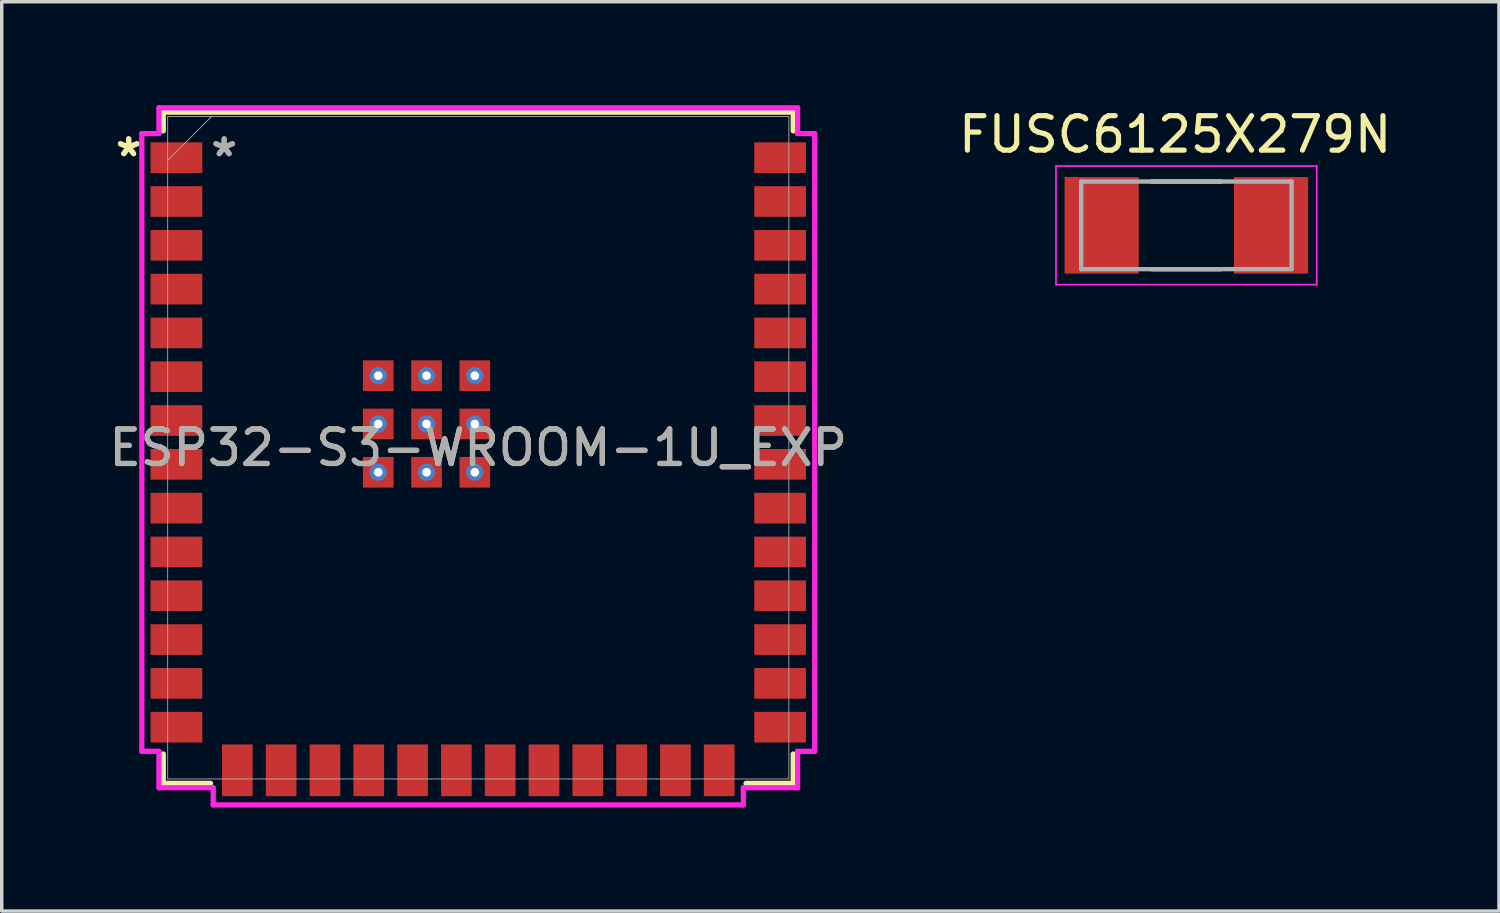
<source format=kicad_pcb>
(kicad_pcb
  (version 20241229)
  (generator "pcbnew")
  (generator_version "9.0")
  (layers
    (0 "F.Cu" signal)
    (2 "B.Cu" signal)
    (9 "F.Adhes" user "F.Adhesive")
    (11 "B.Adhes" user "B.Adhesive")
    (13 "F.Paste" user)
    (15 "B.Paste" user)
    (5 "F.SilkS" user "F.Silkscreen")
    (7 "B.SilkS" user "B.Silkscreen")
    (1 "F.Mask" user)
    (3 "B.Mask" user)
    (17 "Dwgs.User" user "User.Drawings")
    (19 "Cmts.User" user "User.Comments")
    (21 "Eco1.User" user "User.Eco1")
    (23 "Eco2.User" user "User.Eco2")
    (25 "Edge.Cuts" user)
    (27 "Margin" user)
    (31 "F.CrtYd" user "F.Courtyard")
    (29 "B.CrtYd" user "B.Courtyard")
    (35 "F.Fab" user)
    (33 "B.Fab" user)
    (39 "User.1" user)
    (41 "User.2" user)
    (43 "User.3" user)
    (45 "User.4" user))
  (footprint "ESP32-S3-WROOM-1U_EXP"
    (layer "F.Cu")
    (at 10.815 9.931)
    (property "Reference" "ESP32-S3-WROOM-1U_EXP" (at 0 0 0) (unlocked yes) (layer "F.SilkS") (effects (font (size 1 1) (thickness 0.15))))
    (attr smd)
    (fp_line (start -9.131 -9.728) (end -9.131 -9.187) (stroke (width 0.152) (type solid)) (layer "F.SilkS"))
    (fp_line (start -9.131 8.877) (end -9.131 9.728) (stroke (width 0.152) (type solid)) (layer "F.SilkS"))
    (fp_line (start -9.131 9.728) (end -7.762 9.728) (stroke (width 0.152) (type solid)) (layer "F.SilkS"))
    (fp_line (start 7.762 9.728) (end 9.131 9.728) (stroke (width 0.152) (type solid)) (layer "F.SilkS"))
    (fp_line (start 9.131 -9.728) (end -9.131 -9.728) (stroke (width 0.152) (type solid)) (layer "F.SilkS"))
    (fp_line (start 9.131 -9.187) (end 9.131 -9.728) (stroke (width 0.152) (type solid)) (layer "F.SilkS"))
    (fp_line (start 9.131 9.728) (end 9.131 8.877) (stroke (width 0.152) (type solid)) (layer "F.SilkS"))
    (fp_line (start -9.753 -9.108) (end -9.753 8.799) (stroke (width 0.152) (type solid)) (layer "F.CrtYd"))
    (fp_line (start -9.753 8.799) (end -9.258 8.799) (stroke (width 0.152) (type solid)) (layer "F.CrtYd"))
    (fp_line (start -9.258 -9.855) (end -9.258 -9.108) (stroke (width 0.152) (type solid)) (layer "F.CrtYd"))
    (fp_line (start -9.258 -9.108) (end -9.753 -9.108) (stroke (width 0.152) (type solid)) (layer "F.CrtYd"))
    (fp_line (start -9.258 8.799) (end -9.258 9.855) (stroke (width 0.152) (type solid)) (layer "F.CrtYd"))
    (fp_line (start -9.258 9.855) (end -7.684 9.855) (stroke (width 0.152) (type solid)) (layer "F.CrtYd"))
    (fp_line (start -7.684 9.855) (end -7.684 10.353) (stroke (width 0.152) (type solid)) (layer "F.CrtYd"))
    (fp_line (start -7.684 10.353) (end 7.684 10.353) (stroke (width 0.152) (type solid)) (layer "F.CrtYd"))
    (fp_line (start 7.684 9.855) (end 9.258 9.855) (stroke (width 0.152) (type solid)) (layer "F.CrtYd"))
    (fp_line (start 7.684 10.353) (end 7.684 9.855) (stroke (width 0.152) (type solid)) (layer "F.CrtYd"))
    (fp_line (start 9.258 -9.855) (end -9.258 -9.855) (stroke (width 0.152) (type solid)) (layer "F.CrtYd"))
    (fp_line (start 9.258 -9.108) (end 9.258 -9.855) (stroke (width 0.152) (type solid)) (layer "F.CrtYd"))
    (fp_line (start 9.258 8.799) (end 9.753 8.799) (stroke (width 0.152) (type solid)) (layer "F.CrtYd"))
    (fp_line (start 9.258 9.855) (end 9.258 8.799) (stroke (width 0.152) (type solid)) (layer "F.CrtYd"))
    (fp_line (start 9.753 -9.108) (end 9.258 -9.108) (stroke (width 0.152) (type solid)) (layer "F.CrtYd"))
    (fp_line (start 9.753 8.799) (end 9.753 -9.108) (stroke (width 0.152) (type solid)) (layer "F.CrtYd"))
    (fp_line (start -9.004 -9.601) (end -9.004 9.601) (stroke (width 0.025) (type solid)) (layer "F.Fab"))
    (fp_line (start -9.004 -8.331) (end -7.734 -9.601) (stroke (width 0.025) (type solid)) (layer "F.Fab"))
    (fp_line (start -9.004 9.601) (end 9.004 9.601) (stroke (width 0.025) (type solid)) (layer "F.Fab"))
    (fp_line (start 9.004 -9.601) (end -9.004 -9.601) (stroke (width 0.025) (type solid)) (layer "F.Fab"))
    (fp_line (start 9.004 9.601) (end 9.004 -9.601) (stroke (width 0.025) (type solid)) (layer "F.Fab"))
    (fp_text user "*" (at -10.134 -8.41 0) (layer "F.SilkS") (effects (font (size 1 1) (thickness 0.15))))
    (fp_text user "*" (at -10.134 -8.41 0) (unlocked yes) (layer "F.SilkS") (effects (font (size 1 1) (thickness 0.15))))
    (fp_text user "*" (at -7.366 -8.41 0) (layer "F.Fab") (effects (font (size 1 1) (thickness 0.15))))
    (fp_text user "${REFERENCE}" (at 0 0 0) (unlocked yes) (layer "F.Fab") (effects (font (size 1 1) (thickness 0.15))))
    (fp_text user "*" (at -7.366 -8.41 0) (unlocked yes) (layer "F.Fab") (effects (font (size 1 1) (thickness 0.15))))
    (pad "1" smd rect (at -8.75 -8.41) (size 1.499 0.889) (layers "F.Cu" "F.Mask" "F.Paste"))
    (pad "2" smd rect (at -8.75 -7.14) (size 1.499 0.889) (layers "F.Cu" "F.Mask" "F.Paste"))
    (pad "3" smd rect (at -8.75 -5.87) (size 1.499 0.889) (layers "F.Cu" "F.Mask" "F.Paste"))
    (pad "4" smd rect (at -8.75 -4.6) (size 1.499 0.889) (layers "F.Cu" "F.Mask" "F.Paste"))
    (pad "5" smd rect (at -8.75 -3.33) (size 1.499 0.889) (layers "F.Cu" "F.Mask" "F.Paste"))
    (pad "6" smd rect (at -8.75 -2.06) (size 1.499 0.889) (layers "F.Cu" "F.Mask" "F.Paste"))
    (pad "7" smd rect (at -8.75 -0.79) (size 1.499 0.889) (layers "F.Cu" "F.Mask" "F.Paste"))
    (pad "8" smd rect (at -8.75 0.48) (size 1.499 0.889) (layers "F.Cu" "F.Mask" "F.Paste"))
    (pad "9" smd rect (at -8.75 1.75) (size 1.499 0.889) (layers "F.Cu" "F.Mask" "F.Paste"))
    (pad "10" smd rect (at -8.75 3.02) (size 1.499 0.889) (layers "F.Cu" "F.Mask" "F.Paste"))
    (pad "11" smd rect (at -8.75 4.29) (size 1.499 0.889) (layers "F.Cu" "F.Mask" "F.Paste"))
    (pad "12" smd rect (at -8.75 5.56) (size 1.499 0.889) (layers "F.Cu" "F.Mask" "F.Paste"))
    (pad "13" smd rect (at -8.75 6.83) (size 1.499 0.889) (layers "F.Cu" "F.Mask" "F.Paste"))
    (pad "14" smd rect (at -8.75 8.1) (size 1.499 0.889) (layers "F.Cu" "F.Mask" "F.Paste"))
    (pad "15" smd rect (at -6.985 9.35 90) (size 1.499 0.889) (layers "F.Cu" "F.Mask" "F.Paste"))
    (pad "16" smd rect (at -5.715 9.35 90) (size 1.499 0.889) (layers "F.Cu" "F.Mask" "F.Paste"))
    (pad "17" smd rect (at -4.445 9.35 90) (size 1.499 0.889) (layers "F.Cu" "F.Mask" "F.Paste"))
    (pad "18" smd rect (at -3.175 9.35 90) (size 1.499 0.889) (layers "F.Cu" "F.Mask" "F.Paste"))
    (pad "19" smd rect (at -1.905 9.35 90) (size 1.499 0.889) (layers "F.Cu" "F.Mask" "F.Paste"))
    (pad "20" smd rect (at -0.635 9.35 90) (size 1.499 0.889) (layers "F.Cu" "F.Mask" "F.Paste"))
    (pad "21" smd rect (at 0.635 9.35 90) (size 1.499 0.889) (layers "F.Cu" "F.Mask" "F.Paste"))
    (pad "22" smd rect (at 1.905 9.35 90) (size 1.499 0.889) (layers "F.Cu" "F.Mask" "F.Paste"))
    (pad "23" smd rect (at 3.175 9.35 90) (size 1.499 0.889) (layers "F.Cu" "F.Mask" "F.Paste"))
    (pad "24" smd rect (at 4.445 9.35 90) (size 1.499 0.889) (layers "F.Cu" "F.Mask" "F.Paste"))
    (pad "25" smd rect (at 5.715 9.35 90) (size 1.499 0.889) (layers "F.Cu" "F.Mask" "F.Paste"))
    (pad "26" smd rect (at 6.985 9.35 90) (size 1.499 0.889) (layers "F.Cu" "F.Mask" "F.Paste"))
    (pad "27" smd rect (at 8.75 8.1) (size 1.499 0.889) (layers "F.Cu" "F.Mask" "F.Paste"))
    (pad "28" smd rect (at 8.75 6.83) (size 1.499 0.889) (layers "F.Cu" "F.Mask" "F.Paste"))
    (pad "29" smd rect (at 8.75 5.56) (size 1.499 0.889) (layers "F.Cu" "F.Mask" "F.Paste"))
    (pad "30" smd rect (at 8.75 4.29) (size 1.499 0.889) (layers "F.Cu" "F.Mask" "F.Paste"))
    (pad "31" smd rect (at 8.75 3.02) (size 1.499 0.889) (layers "F.Cu" "F.Mask" "F.Paste"))
    (pad "32" smd rect (at 8.75 1.75) (size 1.499 0.889) (layers "F.Cu" "F.Mask" "F.Paste"))
    (pad "33" smd rect (at 8.75 0.48) (size 1.499 0.889) (layers "F.Cu" "F.Mask" "F.Paste"))
    (pad "34" smd rect (at 8.75 -0.79) (size 1.499 0.889) (layers "F.Cu" "F.Mask" "F.Paste"))
    (pad "35" smd rect (at 8.75 -2.06) (size 1.499 0.889) (layers "F.Cu" "F.Mask" "F.Paste"))
    (pad "36" smd rect (at 8.75 -3.33) (size 1.499 0.889) (layers "F.Cu" "F.Mask" "F.Paste"))
    (pad "37" smd rect (at 8.75 -4.6) (size 1.499 0.889) (layers "F.Cu" "F.Mask" "F.Paste"))
    (pad "38" smd rect (at 8.75 -5.87) (size 1.499 0.889) (layers "F.Cu" "F.Mask" "F.Paste"))
    (pad "39" smd rect (at 8.75 -7.14) (size 1.499 0.889) (layers "F.Cu" "F.Mask" "F.Paste"))
    (pad "40" smd rect (at 8.75 -8.41) (size 1.499 0.889) (layers "F.Cu" "F.Mask" "F.Paste"))
    (pad "41" thru_hole circle (at -1.5 -0.69) (size 0.5 0.5) (drill 0.25) (property pad_prop_heatsink) (layers "*.Cu"))
    (pad "41" smd rect (at -1.5 -0.69) (size 0.889 0.889) (layers "F.Cu" "F.Mask" "F.Paste"))
    (pad "42" thru_hole circle (at -2.9 -2.09) (size 0.5 0.5) (drill 0.25) (property pad_prop_heatsink) (layers "*.Cu"))
    (pad "42" smd rect (at -2.9 -2.09) (size 0.889 0.889) (layers "F.Cu" "F.Mask" "F.Paste"))
    (pad "43" thru_hole circle (at -2.9 -0.69) (size 0.5 0.5) (drill 0.25) (property pad_prop_heatsink) (layers "*.Cu"))
    (pad "43" smd rect (at -2.9 -0.69) (size 0.889 0.889) (layers "F.Cu" "F.Mask" "F.Paste"))
    (pad "44" thru_hole circle (at -2.9 0.71) (size 0.5 0.5) (drill 0.25) (property pad_prop_heatsink) (layers "*.Cu"))
    (pad "44" smd rect (at -2.9 0.71) (size 0.889 0.889) (layers "F.Cu" "F.Mask" "F.Paste"))
    (pad "45" thru_hole circle (at -1.5 0.71) (size 0.5 0.5) (drill 0.25) (property pad_prop_heatsink) (layers "*.Cu"))
    (pad "45" smd rect (at -1.5 0.71) (size 0.889 0.889) (layers "F.Cu" "F.Mask" "F.Paste"))
    (pad "46" thru_hole circle (at -0.1 0.71) (size 0.5 0.5) (drill 0.25) (property pad_prop_heatsink) (layers "*.Cu"))
    (pad "46" smd rect (at -0.1 0.71) (size 0.889 0.889) (layers "F.Cu" "F.Mask" "F.Paste"))
    (pad "47" thru_hole circle (at -0.1 -0.69) (size 0.5 0.5) (drill 0.25) (property pad_prop_heatsink) (layers "*.Cu"))
    (pad "47" smd rect (at -0.1 -0.69) (size 0.889 0.889) (layers "F.Cu" "F.Mask" "F.Paste"))
    (pad "48" thru_hole circle (at -0.1 -2.09) (size 0.5 0.5) (drill 0.25) (property pad_prop_heatsink) (layers "*.Cu"))
    (pad "48" smd rect (at -0.1 -2.09) (size 0.889 0.889) (layers "F.Cu" "F.Mask" "F.Paste"))
    (pad "49" thru_hole circle (at -1.5 -2.09) (size 0.5 0.5) (drill 0.25) (property pad_prop_heatsink) (layers "*.Cu"))
    (pad "49" smd rect (at -1.5 -2.09) (size 0.889 0.889) (layers "F.Cu" "F.Mask" "F.Paste")))
  (footprint "FUSC6125X279N"
    (layer "F.Cu")
    (at 31.343 3.483)
    (property "Reference" "FUSC6125X279N" (at -0.325 -2.635 0) (layer "F.SilkS") (effects (font (size 1 1) (thickness 0.15))))
    (attr smd)
    (fp_line (start -1 -1.27) (end 1 -1.27) (stroke (width 0.127) (type solid)) (layer "F.SilkS"))
    (fp_line (start 1 1.27) (end -1 1.27) (stroke (width 0.127) (type solid)) (layer "F.SilkS"))
    (fp_line (start -3.78 -1.72) (end 3.78 -1.72) (stroke (width 0.05) (type solid)) (layer "F.CrtYd"))
    (fp_line (start -3.78 1.72) (end -3.78 -1.72) (stroke (width 0.05) (type solid)) (layer "F.CrtYd"))
    (fp_line (start 3.78 -1.72) (end 3.78 1.72) (stroke (width 0.05) (type solid)) (layer "F.CrtYd"))
    (fp_line (start 3.78 1.72) (end -3.78 1.72) (stroke (width 0.05) (type solid)) (layer "F.CrtYd"))
    (fp_line (start -3.05 -1.27) (end 3.05 -1.27) (stroke (width 0.127) (type solid)) (layer "F.Fab"))
    (fp_line (start -3.05 1.27) (end -3.05 -1.27) (stroke (width 0.127) (type solid)) (layer "F.Fab"))
    (fp_line (start 3.05 -1.27) (end 3.05 1.27) (stroke (width 0.127) (type solid)) (layer "F.Fab"))
    (fp_line (start 3.05 1.27) (end -3.05 1.27) (stroke (width 0.127) (type solid)) (layer "F.Fab"))
    (pad "1" smd rect (at -2.455 0) (size 2.15 2.8) (layers "F.Cu" "F.Mask" "F.Paste"))
    (pad "2" smd rect (at 2.455 0) (size 2.15 2.8) (layers "F.Cu" "F.Mask" "F.Paste")))
  (gr_rect
    (start -3 -3)
    (end 40.405 23.361)
    (stroke (width 0.1) (type default))
    (fill no)
    (layer "Edge.Cuts")))
</source>
